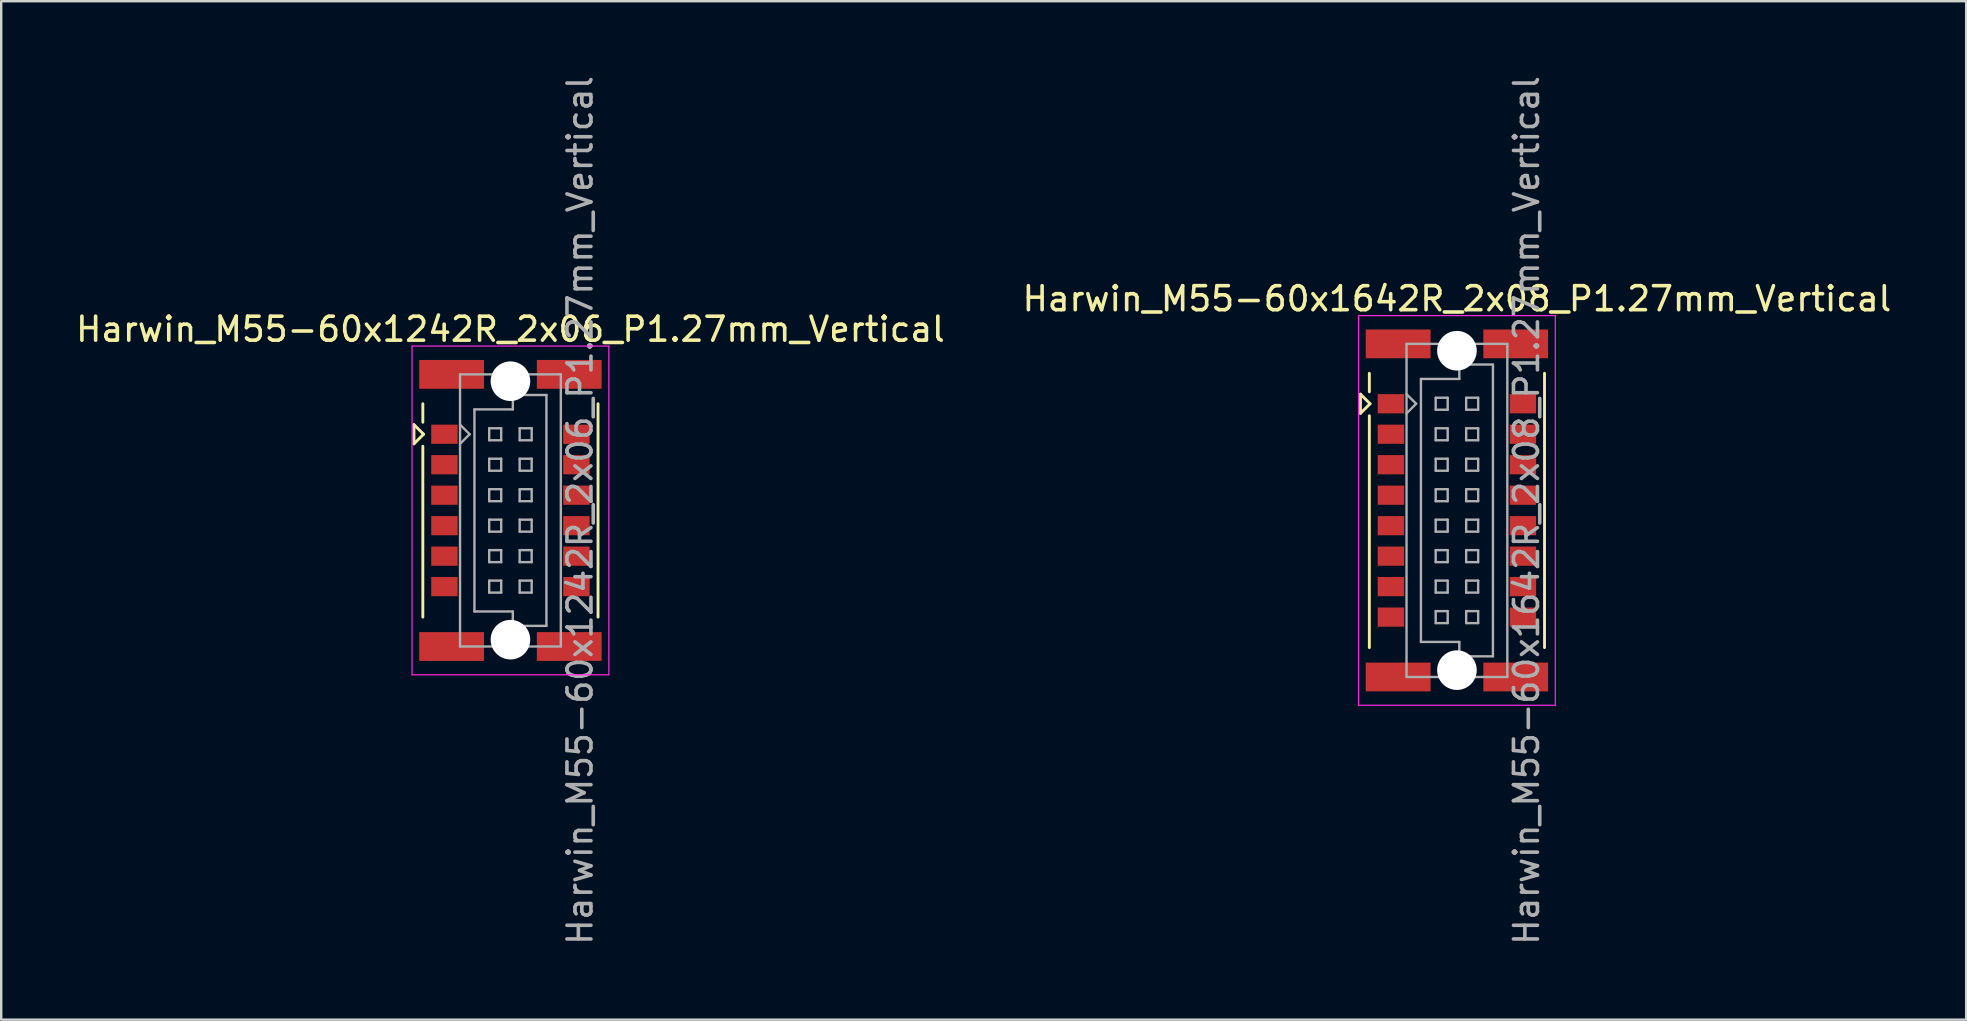
<source format=kicad_pcb>
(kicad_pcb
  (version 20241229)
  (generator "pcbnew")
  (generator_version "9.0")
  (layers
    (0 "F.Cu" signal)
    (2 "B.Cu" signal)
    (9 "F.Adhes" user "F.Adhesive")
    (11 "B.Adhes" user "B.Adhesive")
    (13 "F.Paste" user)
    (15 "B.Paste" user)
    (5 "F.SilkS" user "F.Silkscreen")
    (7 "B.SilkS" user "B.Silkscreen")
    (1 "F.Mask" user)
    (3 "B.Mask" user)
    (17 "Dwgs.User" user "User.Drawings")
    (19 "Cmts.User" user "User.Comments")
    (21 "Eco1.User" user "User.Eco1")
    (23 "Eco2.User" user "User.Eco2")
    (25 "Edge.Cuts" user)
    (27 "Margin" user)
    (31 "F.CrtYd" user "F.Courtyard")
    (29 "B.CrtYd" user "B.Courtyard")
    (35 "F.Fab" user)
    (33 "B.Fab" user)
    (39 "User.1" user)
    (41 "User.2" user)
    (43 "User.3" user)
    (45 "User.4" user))
  (footprint "Harwin_M55-60x1242R_2x06_P1.27mm_Vertical"
    (layer "F.Cu")
    (at 18.22 18.22)
    (property "Reference" "Harwin_M55-60x1242R_2x06_P1.27mm_Vertical" (at 0 -7.55 0) (layer "F.SilkS") (effects (font (size 1 1) (thickness 0.15))))
    (attr smd)
    (fp_line (start -4.02 -3.575) (end -4.02 -2.775) (stroke (width 0.12) (type solid)) (layer "F.SilkS"))
    (fp_line (start -4.02 -2.775) (end -3.62 -3.175) (stroke (width 0.12) (type solid)) (layer "F.SilkS"))
    (fp_line (start -3.65 -3.675) (end -3.65 -4.445) (stroke (width 0.12) (type solid)) (layer "F.SilkS"))
    (fp_line (start -3.65 -2.675) (end -3.65 4.445) (stroke (width 0.12) (type solid)) (layer "F.SilkS"))
    (fp_line (start -3.62 -3.175) (end -4.02 -3.575) (stroke (width 0.12) (type solid)) (layer "F.SilkS"))
    (fp_line (start 3.65 4.445) (end 3.65 -4.445) (stroke (width 0.12) (type solid)) (layer "F.SilkS"))
    (fp_line (start -4.1 -6.85) (end 4.1 -6.85) (stroke (width 0.05) (type solid)) (layer "F.CrtYd"))
    (fp_line (start -4.1 6.85) (end -4.1 -6.85) (stroke (width 0.05) (type solid)) (layer "F.CrtYd"))
    (fp_line (start 4.1 -6.85) (end 4.1 6.85) (stroke (width 0.05) (type solid)) (layer "F.CrtYd"))
    (fp_line (start 4.1 6.85) (end -4.1 6.85) (stroke (width 0.05) (type solid)) (layer "F.CrtYd"))
    (fp_line (start -2.1 -5.67) (end -2.1 5.67) (stroke (width 0.1) (type solid)) (layer "F.Fab"))
    (fp_line (start -2.1 -2.775) (end -1.7 -3.175) (stroke (width 0.1) (type solid)) (layer "F.Fab"))
    (fp_line (start -2.1 5.67) (end 2.1 5.67) (stroke (width 0.1) (type solid)) (layer "F.Fab"))
    (fp_line (start -1.7 -3.175) (end -2.1 -3.575) (stroke (width 0.1) (type solid)) (layer "F.Fab"))
    (fp_line (start -1.5 -4.21) (end 0.1 -4.21) (stroke (width 0.1) (type solid)) (layer "F.Fab"))
    (fp_line (start -1.5 4.21) (end -1.5 -4.21) (stroke (width 0.1) (type solid)) (layer "F.Fab"))
    (fp_line (start -0.885 -3.425) (end -0.885 -2.925) (stroke (width 0.1) (type solid)) (layer "F.Fab"))
    (fp_line (start -0.885 -2.925) (end -0.385 -2.925) (stroke (width 0.1) (type solid)) (layer "F.Fab"))
    (fp_line (start -0.885 -2.155) (end -0.885 -1.655) (stroke (width 0.1) (type solid)) (layer "F.Fab"))
    (fp_line (start -0.885 -1.655) (end -0.385 -1.655) (stroke (width 0.1) (type solid)) (layer "F.Fab"))
    (fp_line (start -0.885 -0.885) (end -0.885 -0.385) (stroke (width 0.1) (type solid)) (layer "F.Fab"))
    (fp_line (start -0.885 -0.385) (end -0.385 -0.385) (stroke (width 0.1) (type solid)) (layer "F.Fab"))
    (fp_line (start -0.885 0.385) (end -0.885 0.885) (stroke (width 0.1) (type solid)) (layer "F.Fab"))
    (fp_line (start -0.885 0.885) (end -0.385 0.885) (stroke (width 0.1) (type solid)) (layer "F.Fab"))
    (fp_line (start -0.885 1.655) (end -0.885 2.155) (stroke (width 0.1) (type solid)) (layer "F.Fab"))
    (fp_line (start -0.885 2.155) (end -0.385 2.155) (stroke (width 0.1) (type solid)) (layer "F.Fab"))
    (fp_line (start -0.885 2.925) (end -0.885 3.425) (stroke (width 0.1) (type solid)) (layer "F.Fab"))
    (fp_line (start -0.885 3.425) (end -0.385 3.425) (stroke (width 0.1) (type solid)) (layer "F.Fab"))
    (fp_line (start -0.385 -3.425) (end -0.885 -3.425) (stroke (width 0.1) (type solid)) (layer "F.Fab"))
    (fp_line (start -0.385 -2.925) (end -0.385 -3.425) (stroke (width 0.1) (type solid)) (layer "F.Fab"))
    (fp_line (start -0.385 -2.155) (end -0.885 -2.155) (stroke (width 0.1) (type solid)) (layer "F.Fab"))
    (fp_line (start -0.385 -1.655) (end -0.385 -2.155) (stroke (width 0.1) (type solid)) (layer "F.Fab"))
    (fp_line (start -0.385 -0.885) (end -0.885 -0.885) (stroke (width 0.1) (type solid)) (layer "F.Fab"))
    (fp_line (start -0.385 -0.385) (end -0.385 -0.885) (stroke (width 0.1) (type solid)) (layer "F.Fab"))
    (fp_line (start -0.385 0.385) (end -0.885 0.385) (stroke (width 0.1) (type solid)) (layer "F.Fab"))
    (fp_line (start -0.385 0.885) (end -0.385 0.385) (stroke (width 0.1) (type solid)) (layer "F.Fab"))
    (fp_line (start -0.385 1.655) (end -0.885 1.655) (stroke (width 0.1) (type solid)) (layer "F.Fab"))
    (fp_line (start -0.385 2.155) (end -0.385 1.655) (stroke (width 0.1) (type solid)) (layer "F.Fab"))
    (fp_line (start -0.385 2.925) (end -0.885 2.925) (stroke (width 0.1) (type solid)) (layer "F.Fab"))
    (fp_line (start -0.385 3.425) (end -0.385 2.925) (stroke (width 0.1) (type solid)) (layer "F.Fab"))
    (fp_line (start 0.1 -4.81) (end 1.5 -4.81) (stroke (width 0.1) (type solid)) (layer "F.Fab"))
    (fp_line (start 0.1 -4.21) (end 0.1 -4.81) (stroke (width 0.1) (type solid)) (layer "F.Fab"))
    (fp_line (start 0.1 4.21) (end -1.5 4.21) (stroke (width 0.1) (type solid)) (layer "F.Fab"))
    (fp_line (start 0.1 4.81) (end 0.1 4.21) (stroke (width 0.1) (type solid)) (layer "F.Fab"))
    (fp_line (start 0.385 -3.425) (end 0.385 -2.925) (stroke (width 0.1) (type solid)) (layer "F.Fab"))
    (fp_line (start 0.385 -2.925) (end 0.885 -2.925) (stroke (width 0.1) (type solid)) (layer "F.Fab"))
    (fp_line (start 0.385 -2.155) (end 0.385 -1.655) (stroke (width 0.1) (type solid)) (layer "F.Fab"))
    (fp_line (start 0.385 -1.655) (end 0.885 -1.655) (stroke (width 0.1) (type solid)) (layer "F.Fab"))
    (fp_line (start 0.385 -0.885) (end 0.385 -0.385) (stroke (width 0.1) (type solid)) (layer "F.Fab"))
    (fp_line (start 0.385 -0.385) (end 0.885 -0.385) (stroke (width 0.1) (type solid)) (layer "F.Fab"))
    (fp_line (start 0.385 0.385) (end 0.385 0.885) (stroke (width 0.1) (type solid)) (layer "F.Fab"))
    (fp_line (start 0.385 0.885) (end 0.885 0.885) (stroke (width 0.1) (type solid)) (layer "F.Fab"))
    (fp_line (start 0.385 1.655) (end 0.385 2.155) (stroke (width 0.1) (type solid)) (layer "F.Fab"))
    (fp_line (start 0.385 2.155) (end 0.885 2.155) (stroke (width 0.1) (type solid)) (layer "F.Fab"))
    (fp_line (start 0.385 2.925) (end 0.385 3.425) (stroke (width 0.1) (type solid)) (layer "F.Fab"))
    (fp_line (start 0.385 3.425) (end 0.885 3.425) (stroke (width 0.1) (type solid)) (layer "F.Fab"))
    (fp_line (start 0.885 -3.425) (end 0.385 -3.425) (stroke (width 0.1) (type solid)) (layer "F.Fab"))
    (fp_line (start 0.885 -2.925) (end 0.885 -3.425) (stroke (width 0.1) (type solid)) (layer "F.Fab"))
    (fp_line (start 0.885 -2.155) (end 0.385 -2.155) (stroke (width 0.1) (type solid)) (layer "F.Fab"))
    (fp_line (start 0.885 -1.655) (end 0.885 -2.155) (stroke (width 0.1) (type solid)) (layer "F.Fab"))
    (fp_line (start 0.885 -0.885) (end 0.385 -0.885) (stroke (width 0.1) (type solid)) (layer "F.Fab"))
    (fp_line (start 0.885 -0.385) (end 0.885 -0.885) (stroke (width 0.1) (type solid)) (layer "F.Fab"))
    (fp_line (start 0.885 0.385) (end 0.385 0.385) (stroke (width 0.1) (type solid)) (layer "F.Fab"))
    (fp_line (start 0.885 0.885) (end 0.885 0.385) (stroke (width 0.1) (type solid)) (layer "F.Fab"))
    (fp_line (start 0.885 1.655) (end 0.385 1.655) (stroke (width 0.1) (type solid)) (layer "F.Fab"))
    (fp_line (start 0.885 2.155) (end 0.885 1.655) (stroke (width 0.1) (type solid)) (layer "F.Fab"))
    (fp_line (start 0.885 2.925) (end 0.385 2.925) (stroke (width 0.1) (type solid)) (layer "F.Fab"))
    (fp_line (start 0.885 3.425) (end 0.885 2.925) (stroke (width 0.1) (type solid)) (layer "F.Fab"))
    (fp_line (start 1.5 -4.81) (end 1.5 4.81) (stroke (width 0.1) (type solid)) (layer "F.Fab"))
    (fp_line (start 1.5 4.81) (end 0.1 4.81) (stroke (width 0.1) (type solid)) (layer "F.Fab"))
    (fp_line (start 2.1 -5.67) (end -2.1 -5.67) (stroke (width 0.1) (type solid)) (layer "F.Fab"))
    (fp_line (start 2.1 5.67) (end 2.1 -5.67) (stroke (width 0.1) (type solid)) (layer "F.Fab"))
    (fp_text user "${REFERENCE}" (at 2.9 0 90) (layer "F.Fab") (effects (font (size 1 1) (thickness 0.15))))
    (pad "" smd rect (at -2.45 -5.67) (size 2.7 1.2) (layers "F.Cu" "F.Mask" "F.Paste"))
    (pad "" smd rect (at -2.45 5.67) (size 2.7 1.2) (layers "F.Cu" "F.Mask" "F.Paste"))
    (pad "" np_thru_hole circle (at 0 -5.385) (size 1.65 1.65) (drill 1.65) (layers "*.Cu" "*.Mask"))
    (pad "" np_thru_hole circle (at 0 5.385) (size 1.65 1.65) (drill 1.65) (layers "*.Cu" "*.Mask"))
    (pad "" smd rect (at 2.45 -5.67) (size 2.7 1.2) (layers "F.Cu" "F.Mask" "F.Paste"))
    (pad "" smd rect (at 2.45 5.67) (size 2.7 1.2) (layers "F.Cu" "F.Mask" "F.Paste"))
    (pad "1" smd rect (at -2.75 -3.175) (size 1.1 0.8) (layers "F.Cu" "F.Mask" "F.Paste"))
    (pad "2" smd rect (at 2.75 -3.175) (size 1.1 0.8) (layers "F.Cu" "F.Mask" "F.Paste"))
    (pad "3" smd rect (at -2.75 -1.905) (size 1.1 0.8) (layers "F.Cu" "F.Mask" "F.Paste"))
    (pad "4" smd rect (at 2.75 -1.905) (size 1.1 0.8) (layers "F.Cu" "F.Mask" "F.Paste"))
    (pad "5" smd rect (at -2.75 -0.635) (size 1.1 0.8) (layers "F.Cu" "F.Mask" "F.Paste"))
    (pad "6" smd rect (at 2.75 -0.635) (size 1.1 0.8) (layers "F.Cu" "F.Mask" "F.Paste"))
    (pad "7" smd rect (at -2.75 0.635) (size 1.1 0.8) (layers "F.Cu" "F.Mask" "F.Paste"))
    (pad "8" smd rect (at 2.75 0.635) (size 1.1 0.8) (layers "F.Cu" "F.Mask" "F.Paste"))
    (pad "9" smd rect (at -2.75 1.905) (size 1.1 0.8) (layers "F.Cu" "F.Mask" "F.Paste"))
    (pad "10" smd rect (at 2.75 1.905) (size 1.1 0.8) (layers "F.Cu" "F.Mask" "F.Paste"))
    (pad "11" smd rect (at -2.75 3.175) (size 1.1 0.8) (layers "F.Cu" "F.Mask" "F.Paste"))
    (pad "12" smd rect (at 2.75 3.175) (size 1.1 0.8) (layers "F.Cu" "F.Mask" "F.Paste")))
  (footprint "Harwin_M55-60x1642R_2x08_P1.27mm_Vertical"
    (layer "F.Cu")
    (at 57.661 18.22)
    (property "Reference" "Harwin_M55-60x1642R_2x08_P1.27mm_Vertical" (at 0 -8.82 0) (layer "F.SilkS") (effects (font (size 1 1) (thickness 0.15))))
    (attr smd)
    (fp_line (start -4.02 -4.845) (end -4.02 -4.045) (stroke (width 0.12) (type solid)) (layer "F.SilkS"))
    (fp_line (start -4.02 -4.045) (end -3.62 -4.445) (stroke (width 0.12) (type solid)) (layer "F.SilkS"))
    (fp_line (start -3.65 -4.945) (end -3.65 -5.715) (stroke (width 0.12) (type solid)) (layer "F.SilkS"))
    (fp_line (start -3.65 -3.945) (end -3.65 5.715) (stroke (width 0.12) (type solid)) (layer "F.SilkS"))
    (fp_line (start -3.62 -4.445) (end -4.02 -4.845) (stroke (width 0.12) (type solid)) (layer "F.SilkS"))
    (fp_line (start 3.65 5.715) (end 3.65 -5.715) (stroke (width 0.12) (type solid)) (layer "F.SilkS"))
    (fp_line (start -4.1 -8.12) (end 4.1 -8.12) (stroke (width 0.05) (type solid)) (layer "F.CrtYd"))
    (fp_line (start -4.1 8.12) (end -4.1 -8.12) (stroke (width 0.05) (type solid)) (layer "F.CrtYd"))
    (fp_line (start 4.1 -8.12) (end 4.1 8.12) (stroke (width 0.05) (type solid)) (layer "F.CrtYd"))
    (fp_line (start 4.1 8.12) (end -4.1 8.12) (stroke (width 0.05) (type solid)) (layer "F.CrtYd"))
    (fp_line (start -2.1 -6.94) (end -2.1 6.94) (stroke (width 0.1) (type solid)) (layer "F.Fab"))
    (fp_line (start -2.1 -4.045) (end -1.7 -4.445) (stroke (width 0.1) (type solid)) (layer "F.Fab"))
    (fp_line (start -2.1 6.94) (end 2.1 6.94) (stroke (width 0.1) (type solid)) (layer "F.Fab"))
    (fp_line (start -1.7 -4.445) (end -2.1 -4.845) (stroke (width 0.1) (type solid)) (layer "F.Fab"))
    (fp_line (start -1.5 -5.48) (end 0.1 -5.48) (stroke (width 0.1) (type solid)) (layer "F.Fab"))
    (fp_line (start -1.5 5.48) (end -1.5 -5.48) (stroke (width 0.1) (type solid)) (layer "F.Fab"))
    (fp_line (start -0.885 -4.695) (end -0.885 -4.195) (stroke (width 0.1) (type solid)) (layer "F.Fab"))
    (fp_line (start -0.885 -4.195) (end -0.385 -4.195) (stroke (width 0.1) (type solid)) (layer "F.Fab"))
    (fp_line (start -0.885 -3.425) (end -0.885 -2.925) (stroke (width 0.1) (type solid)) (layer "F.Fab"))
    (fp_line (start -0.885 -2.925) (end -0.385 -2.925) (stroke (width 0.1) (type solid)) (layer "F.Fab"))
    (fp_line (start -0.885 -2.155) (end -0.885 -1.655) (stroke (width 0.1) (type solid)) (layer "F.Fab"))
    (fp_line (start -0.885 -1.655) (end -0.385 -1.655) (stroke (width 0.1) (type solid)) (layer "F.Fab"))
    (fp_line (start -0.885 -0.885) (end -0.885 -0.385) (stroke (width 0.1) (type solid)) (layer "F.Fab"))
    (fp_line (start -0.885 -0.385) (end -0.385 -0.385) (stroke (width 0.1) (type solid)) (layer "F.Fab"))
    (fp_line (start -0.885 0.385) (end -0.885 0.885) (stroke (width 0.1) (type solid)) (layer "F.Fab"))
    (fp_line (start -0.885 0.885) (end -0.385 0.885) (stroke (width 0.1) (type solid)) (layer "F.Fab"))
    (fp_line (start -0.885 1.655) (end -0.885 2.155) (stroke (width 0.1) (type solid)) (layer "F.Fab"))
    (fp_line (start -0.885 2.155) (end -0.385 2.155) (stroke (width 0.1) (type solid)) (layer "F.Fab"))
    (fp_line (start -0.885 2.925) (end -0.885 3.425) (stroke (width 0.1) (type solid)) (layer "F.Fab"))
    (fp_line (start -0.885 3.425) (end -0.385 3.425) (stroke (width 0.1) (type solid)) (layer "F.Fab"))
    (fp_line (start -0.885 4.195) (end -0.885 4.695) (stroke (width 0.1) (type solid)) (layer "F.Fab"))
    (fp_line (start -0.885 4.695) (end -0.385 4.695) (stroke (width 0.1) (type solid)) (layer "F.Fab"))
    (fp_line (start -0.385 -4.695) (end -0.885 -4.695) (stroke (width 0.1) (type solid)) (layer "F.Fab"))
    (fp_line (start -0.385 -4.195) (end -0.385 -4.695) (stroke (width 0.1) (type solid)) (layer "F.Fab"))
    (fp_line (start -0.385 -3.425) (end -0.885 -3.425) (stroke (width 0.1) (type solid)) (layer "F.Fab"))
    (fp_line (start -0.385 -2.925) (end -0.385 -3.425) (stroke (width 0.1) (type solid)) (layer "F.Fab"))
    (fp_line (start -0.385 -2.155) (end -0.885 -2.155) (stroke (width 0.1) (type solid)) (layer "F.Fab"))
    (fp_line (start -0.385 -1.655) (end -0.385 -2.155) (stroke (width 0.1) (type solid)) (layer "F.Fab"))
    (fp_line (start -0.385 -0.885) (end -0.885 -0.885) (stroke (width 0.1) (type solid)) (layer "F.Fab"))
    (fp_line (start -0.385 -0.385) (end -0.385 -0.885) (stroke (width 0.1) (type solid)) (layer "F.Fab"))
    (fp_line (start -0.385 0.385) (end -0.885 0.385) (stroke (width 0.1) (type solid)) (layer "F.Fab"))
    (fp_line (start -0.385 0.885) (end -0.385 0.385) (stroke (width 0.1) (type solid)) (layer "F.Fab"))
    (fp_line (start -0.385 1.655) (end -0.885 1.655) (stroke (width 0.1) (type solid)) (layer "F.Fab"))
    (fp_line (start -0.385 2.155) (end -0.385 1.655) (stroke (width 0.1) (type solid)) (layer "F.Fab"))
    (fp_line (start -0.385 2.925) (end -0.885 2.925) (stroke (width 0.1) (type solid)) (layer "F.Fab"))
    (fp_line (start -0.385 3.425) (end -0.385 2.925) (stroke (width 0.1) (type solid)) (layer "F.Fab"))
    (fp_line (start -0.385 4.195) (end -0.885 4.195) (stroke (width 0.1) (type solid)) (layer "F.Fab"))
    (fp_line (start -0.385 4.695) (end -0.385 4.195) (stroke (width 0.1) (type solid)) (layer "F.Fab"))
    (fp_line (start 0.1 -6.08) (end 1.5 -6.08) (stroke (width 0.1) (type solid)) (layer "F.Fab"))
    (fp_line (start 0.1 -5.48) (end 0.1 -6.08) (stroke (width 0.1) (type solid)) (layer "F.Fab"))
    (fp_line (start 0.1 5.48) (end -1.5 5.48) (stroke (width 0.1) (type solid)) (layer "F.Fab"))
    (fp_line (start 0.1 6.08) (end 0.1 5.48) (stroke (width 0.1) (type solid)) (layer "F.Fab"))
    (fp_line (start 0.385 -4.695) (end 0.385 -4.195) (stroke (width 0.1) (type solid)) (layer "F.Fab"))
    (fp_line (start 0.385 -4.195) (end 0.885 -4.195) (stroke (width 0.1) (type solid)) (layer "F.Fab"))
    (fp_line (start 0.385 -3.425) (end 0.385 -2.925) (stroke (width 0.1) (type solid)) (layer "F.Fab"))
    (fp_line (start 0.385 -2.925) (end 0.885 -2.925) (stroke (width 0.1) (type solid)) (layer "F.Fab"))
    (fp_line (start 0.385 -2.155) (end 0.385 -1.655) (stroke (width 0.1) (type solid)) (layer "F.Fab"))
    (fp_line (start 0.385 -1.655) (end 0.885 -1.655) (stroke (width 0.1) (type solid)) (layer "F.Fab"))
    (fp_line (start 0.385 -0.885) (end 0.385 -0.385) (stroke (width 0.1) (type solid)) (layer "F.Fab"))
    (fp_line (start 0.385 -0.385) (end 0.885 -0.385) (stroke (width 0.1) (type solid)) (layer "F.Fab"))
    (fp_line (start 0.385 0.385) (end 0.385 0.885) (stroke (width 0.1) (type solid)) (layer "F.Fab"))
    (fp_line (start 0.385 0.885) (end 0.885 0.885) (stroke (width 0.1) (type solid)) (layer "F.Fab"))
    (fp_line (start 0.385 1.655) (end 0.385 2.155) (stroke (width 0.1) (type solid)) (layer "F.Fab"))
    (fp_line (start 0.385 2.155) (end 0.885 2.155) (stroke (width 0.1) (type solid)) (layer "F.Fab"))
    (fp_line (start 0.385 2.925) (end 0.385 3.425) (stroke (width 0.1) (type solid)) (layer "F.Fab"))
    (fp_line (start 0.385 3.425) (end 0.885 3.425) (stroke (width 0.1) (type solid)) (layer "F.Fab"))
    (fp_line (start 0.385 4.195) (end 0.385 4.695) (stroke (width 0.1) (type solid)) (layer "F.Fab"))
    (fp_line (start 0.385 4.695) (end 0.885 4.695) (stroke (width 0.1) (type solid)) (layer "F.Fab"))
    (fp_line (start 0.885 -4.695) (end 0.385 -4.695) (stroke (width 0.1) (type solid)) (layer "F.Fab"))
    (fp_line (start 0.885 -4.195) (end 0.885 -4.695) (stroke (width 0.1) (type solid)) (layer "F.Fab"))
    (fp_line (start 0.885 -3.425) (end 0.385 -3.425) (stroke (width 0.1) (type solid)) (layer "F.Fab"))
    (fp_line (start 0.885 -2.925) (end 0.885 -3.425) (stroke (width 0.1) (type solid)) (layer "F.Fab"))
    (fp_line (start 0.885 -2.155) (end 0.385 -2.155) (stroke (width 0.1) (type solid)) (layer "F.Fab"))
    (fp_line (start 0.885 -1.655) (end 0.885 -2.155) (stroke (width 0.1) (type solid)) (layer "F.Fab"))
    (fp_line (start 0.885 -0.885) (end 0.385 -0.885) (stroke (width 0.1) (type solid)) (layer "F.Fab"))
    (fp_line (start 0.885 -0.385) (end 0.885 -0.885) (stroke (width 0.1) (type solid)) (layer "F.Fab"))
    (fp_line (start 0.885 0.385) (end 0.385 0.385) (stroke (width 0.1) (type solid)) (layer "F.Fab"))
    (fp_line (start 0.885 0.885) (end 0.885 0.385) (stroke (width 0.1) (type solid)) (layer "F.Fab"))
    (fp_line (start 0.885 1.655) (end 0.385 1.655) (stroke (width 0.1) (type solid)) (layer "F.Fab"))
    (fp_line (start 0.885 2.155) (end 0.885 1.655) (stroke (width 0.1) (type solid)) (layer "F.Fab"))
    (fp_line (start 0.885 2.925) (end 0.385 2.925) (stroke (width 0.1) (type solid)) (layer "F.Fab"))
    (fp_line (start 0.885 3.425) (end 0.885 2.925) (stroke (width 0.1) (type solid)) (layer "F.Fab"))
    (fp_line (start 0.885 4.195) (end 0.385 4.195) (stroke (width 0.1) (type solid)) (layer "F.Fab"))
    (fp_line (start 0.885 4.695) (end 0.885 4.195) (stroke (width 0.1) (type solid)) (layer "F.Fab"))
    (fp_line (start 1.5 -6.08) (end 1.5 6.08) (stroke (width 0.1) (type solid)) (layer "F.Fab"))
    (fp_line (start 1.5 6.08) (end 0.1 6.08) (stroke (width 0.1) (type solid)) (layer "F.Fab"))
    (fp_line (start 2.1 -6.94) (end -2.1 -6.94) (stroke (width 0.1) (type solid)) (layer "F.Fab"))
    (fp_line (start 2.1 6.94) (end 2.1 -6.94) (stroke (width 0.1) (type solid)) (layer "F.Fab"))
    (fp_text user "${REFERENCE}" (at 2.9 0 90) (layer "F.Fab") (effects (font (size 1 1) (thickness 0.15))))
    (pad "" smd rect (at -2.45 -6.94) (size 2.7 1.2) (layers "F.Cu" "F.Mask" "F.Paste"))
    (pad "" smd rect (at -2.45 6.94) (size 2.7 1.2) (layers "F.Cu" "F.Mask" "F.Paste"))
    (pad "" np_thru_hole circle (at 0 -6.655) (size 1.65 1.65) (drill 1.65) (layers "*.Cu" "*.Mask"))
    (pad "" np_thru_hole circle (at 0 6.655) (size 1.65 1.65) (drill 1.65) (layers "*.Cu" "*.Mask"))
    (pad "" smd rect (at 2.45 -6.94) (size 2.7 1.2) (layers "F.Cu" "F.Mask" "F.Paste"))
    (pad "" smd rect (at 2.45 6.94) (size 2.7 1.2) (layers "F.Cu" "F.Mask" "F.Paste"))
    (pad "1" smd rect (at -2.75 -4.445) (size 1.1 0.8) (layers "F.Cu" "F.Mask" "F.Paste"))
    (pad "2" smd rect (at 2.75 -4.445) (size 1.1 0.8) (layers "F.Cu" "F.Mask" "F.Paste"))
    (pad "3" smd rect (at -2.75 -3.175) (size 1.1 0.8) (layers "F.Cu" "F.Mask" "F.Paste"))
    (pad "4" smd rect (at 2.75 -3.175) (size 1.1 0.8) (layers "F.Cu" "F.Mask" "F.Paste"))
    (pad "5" smd rect (at -2.75 -1.905) (size 1.1 0.8) (layers "F.Cu" "F.Mask" "F.Paste"))
    (pad "6" smd rect (at 2.75 -1.905) (size 1.1 0.8) (layers "F.Cu" "F.Mask" "F.Paste"))
    (pad "7" smd rect (at -2.75 -0.635) (size 1.1 0.8) (layers "F.Cu" "F.Mask" "F.Paste"))
    (pad "8" smd rect (at 2.75 -0.635) (size 1.1 0.8) (layers "F.Cu" "F.Mask" "F.Paste"))
    (pad "9" smd rect (at -2.75 0.635) (size 1.1 0.8) (layers "F.Cu" "F.Mask" "F.Paste"))
    (pad "10" smd rect (at 2.75 0.635) (size 1.1 0.8) (layers "F.Cu" "F.Mask" "F.Paste"))
    (pad "11" smd rect (at -2.75 1.905) (size 1.1 0.8) (layers "F.Cu" "F.Mask" "F.Paste"))
    (pad "12" smd rect (at 2.75 1.905) (size 1.1 0.8) (layers "F.Cu" "F.Mask" "F.Paste"))
    (pad "13" smd rect (at -2.75 3.175) (size 1.1 0.8) (layers "F.Cu" "F.Mask" "F.Paste"))
    (pad "14" smd rect (at 2.75 3.175) (size 1.1 0.8) (layers "F.Cu" "F.Mask" "F.Paste"))
    (pad "15" smd rect (at -2.75 4.445) (size 1.1 0.8) (layers "F.Cu" "F.Mask" "F.Paste"))
    (pad "16" smd rect (at 2.75 4.445) (size 1.1 0.8) (layers "F.Cu" "F.Mask" "F.Paste")))
  (gr_rect
    (start -3 -3)
    (end 78.881 39.44)
    (stroke (width 0.1) (type default))
    (fill no)
    (layer "Edge.Cuts")))
</source>
